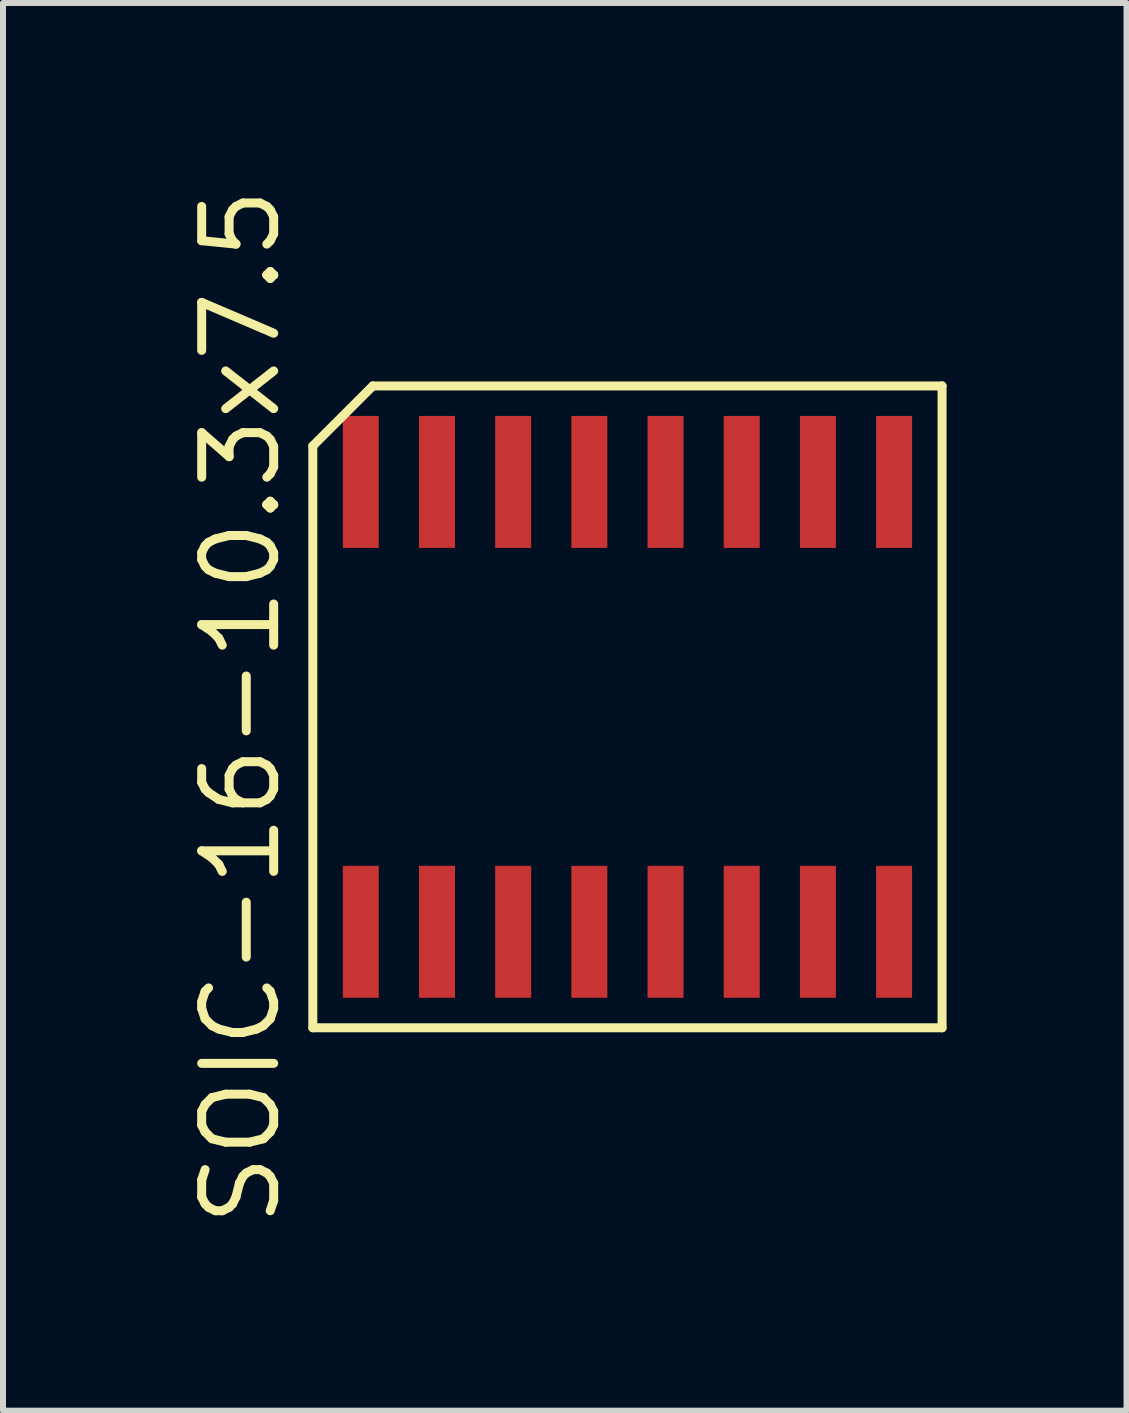
<source format=kicad_pcb>
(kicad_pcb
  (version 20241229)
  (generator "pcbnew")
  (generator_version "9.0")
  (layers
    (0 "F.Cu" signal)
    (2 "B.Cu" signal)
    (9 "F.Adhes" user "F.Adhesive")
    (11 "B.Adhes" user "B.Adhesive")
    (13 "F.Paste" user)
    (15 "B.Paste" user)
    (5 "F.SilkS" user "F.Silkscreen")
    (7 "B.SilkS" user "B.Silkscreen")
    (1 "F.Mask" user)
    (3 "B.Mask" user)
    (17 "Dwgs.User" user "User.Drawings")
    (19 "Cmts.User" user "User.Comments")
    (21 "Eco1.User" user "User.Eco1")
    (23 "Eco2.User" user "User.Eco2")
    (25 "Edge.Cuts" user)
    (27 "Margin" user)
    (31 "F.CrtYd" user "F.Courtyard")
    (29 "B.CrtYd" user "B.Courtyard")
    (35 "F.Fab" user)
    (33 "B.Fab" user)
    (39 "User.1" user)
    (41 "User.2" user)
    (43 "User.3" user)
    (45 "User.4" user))
  (footprint "SOIC-16-10.3x7.5"
    (layer "F.Cu")
    (at 7.41 8.734)
    (property "Reference" "SOIC-16-10.3x7.5" (at -6.445 0 90) (layer "F.SilkS") (effects (font (size 1.2 1.2) (thickness 0.15))))
    (attr smd)
    (fp_line (start -5.245 -4.35) (end -5.245 5.35) (stroke (width 0.15) (type solid)) (layer "F.SilkS"))
    (fp_line (start -5.245 5.35) (end 5.245 5.35) (stroke (width 0.15) (type solid)) (layer "F.SilkS"))
    (fp_line (start -4.245 -5.35) (end -5.245 -4.35) (stroke (width 0.15) (type solid)) (layer "F.SilkS"))
    (fp_line (start 5.245 -5.35) (end -4.245 -5.35) (stroke (width 0.15) (type solid)) (layer "F.SilkS"))
    (fp_line (start 5.245 5.35) (end 5.245 -5.35) (stroke (width 0.15) (type solid)) (layer "F.SilkS"))
    (pad "1" smd rect (at -4.445 3.75) (size 0.6 2.2) (layers "F.Cu" "F.Mask" "F.Paste"))
    (pad "2" smd rect (at -3.175 3.75) (size 0.6 2.2) (layers "F.Cu" "F.Mask" "F.Paste"))
    (pad "3" smd rect (at -1.905 3.75) (size 0.6 2.2) (layers "F.Cu" "F.Mask" "F.Paste"))
    (pad "4" smd rect (at -0.635 3.75) (size 0.6 2.2) (layers "F.Cu" "F.Mask" "F.Paste"))
    (pad "5" smd rect (at 0.635 3.75) (size 0.6 2.2) (layers "F.Cu" "F.Mask" "F.Paste"))
    (pad "6" smd rect (at 1.905 3.75) (size 0.6 2.2) (layers "F.Cu" "F.Mask" "F.Paste"))
    (pad "7" smd rect (at 3.175 3.75) (size 0.6 2.2) (layers "F.Cu" "F.Mask" "F.Paste"))
    (pad "8" smd rect (at 4.445 3.75) (size 0.6 2.2) (layers "F.Cu" "F.Mask" "F.Paste"))
    (pad "9" smd rect (at 4.445 -3.75) (size 0.6 2.2) (layers "F.Cu" "F.Mask" "F.Paste"))
    (pad "10" smd rect (at 3.175 -3.75) (size 0.6 2.2) (layers "F.Cu" "F.Mask" "F.Paste"))
    (pad "11" smd rect (at 1.905 -3.75) (size 0.6 2.2) (layers "F.Cu" "F.Mask" "F.Paste"))
    (pad "12" smd rect (at 0.635 -3.75) (size 0.6 2.2) (layers "F.Cu" "F.Mask" "F.Paste"))
    (pad "13" smd rect (at -0.635 -3.75) (size 0.6 2.2) (layers "F.Cu" "F.Mask" "F.Paste"))
    (pad "14" smd rect (at -1.905 -3.75) (size 0.6 2.2) (layers "F.Cu" "F.Mask" "F.Paste"))
    (pad "15" smd rect (at -3.175 -3.75) (size 0.6 2.2) (layers "F.Cu" "F.Mask" "F.Paste"))
    (pad "16" smd rect (at -4.445 -3.75) (size 0.6 2.2) (layers "F.Cu" "F.Mask" "F.Paste")))
  (gr_rect
    (start -3 -3)
    (end 15.73 20.467)
    (stroke (width 0.1) (type default))
    (fill no)
    (layer "Edge.Cuts")))
</source>
